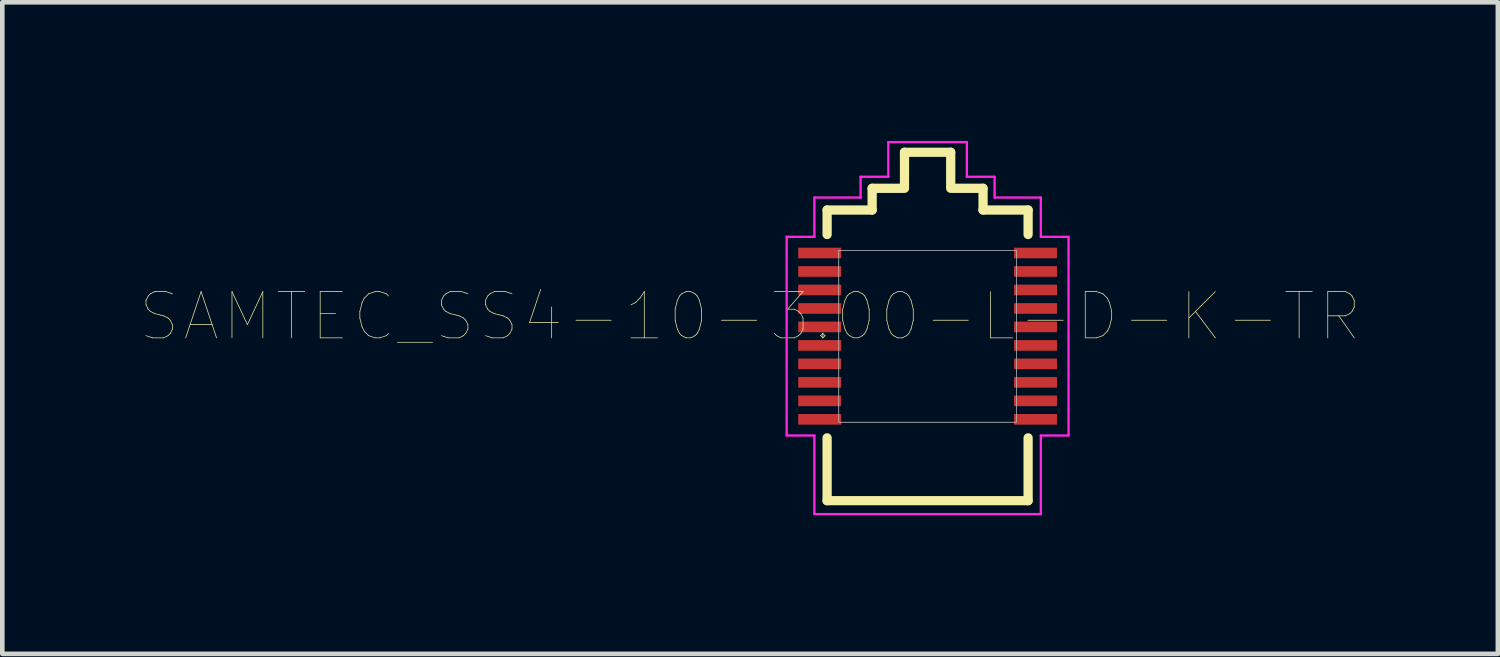
<source format=kicad_pcb>
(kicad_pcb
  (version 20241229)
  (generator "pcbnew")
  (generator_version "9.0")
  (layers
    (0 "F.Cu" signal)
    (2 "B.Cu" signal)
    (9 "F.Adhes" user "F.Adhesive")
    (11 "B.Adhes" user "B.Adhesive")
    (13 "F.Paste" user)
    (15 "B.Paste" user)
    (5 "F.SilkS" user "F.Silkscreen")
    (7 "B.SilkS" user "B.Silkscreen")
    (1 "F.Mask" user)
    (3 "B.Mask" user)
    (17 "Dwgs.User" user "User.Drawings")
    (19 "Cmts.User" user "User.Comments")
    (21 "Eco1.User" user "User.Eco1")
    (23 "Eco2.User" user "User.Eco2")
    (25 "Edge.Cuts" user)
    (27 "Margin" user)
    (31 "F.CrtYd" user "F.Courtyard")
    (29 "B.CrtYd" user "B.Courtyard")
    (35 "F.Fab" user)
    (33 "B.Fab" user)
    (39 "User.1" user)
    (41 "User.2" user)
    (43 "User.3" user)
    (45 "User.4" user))
  (footprint "SAMTEC_SS4-10-3.00-L-D-K-TR"
    (layer "F.Cu")
    (at 17.024 4.225)
    (property "Reference" "SAMTEC_SS4-10-3.00-L-D-K-TR" (at -3.841 -0.426 180) (layer "F.SilkS") (effects (font (size 1.002 1.002) (thickness 0.015))))
    (attr through_hole)
    (fp_line (start -2.175 -2.73) (end -1.2 -2.73) (stroke (width 0.2) (type solid)) (layer "F.SilkS"))
    (fp_line (start -2.175 -2.2) (end -2.175 -2.73) (stroke (width 0.2) (type solid)) (layer "F.SilkS"))
    (fp_line (start -2.175 3.56) (end -2.175 2.2) (stroke (width 0.2) (type solid)) (layer "F.SilkS"))
    (fp_line (start -1.2 -3.2) (end -0.5 -3.2) (stroke (width 0.2) (type solid)) (layer "F.SilkS"))
    (fp_line (start -1.2 -2.73) (end -1.2 -3.2) (stroke (width 0.2) (type solid)) (layer "F.SilkS"))
    (fp_line (start -0.5 -3.98) (end -0.5 -3.23) (stroke (width 0.2) (type solid)) (layer "F.SilkS"))
    (fp_line (start -0.5 -3.98) (end 0.5 -3.98) (stroke (width 0.2) (type solid)) (layer "F.SilkS"))
    (fp_line (start 0.5 -3.98) (end 0.5 -3.23) (stroke (width 0.2) (type solid)) (layer "F.SilkS"))
    (fp_line (start 0.5 -3.2) (end 1.2 -3.2) (stroke (width 0.2) (type solid)) (layer "F.SilkS"))
    (fp_line (start 1.2 -2.73) (end 1.2 -3.2) (stroke (width 0.2) (type solid)) (layer "F.SilkS"))
    (fp_line (start 1.2 -2.73) (end 2.175 -2.73) (stroke (width 0.2) (type solid)) (layer "F.SilkS"))
    (fp_line (start 2.175 -2.73) (end 2.175 -2.2) (stroke (width 0.2) (type solid)) (layer "F.SilkS"))
    (fp_line (start 2.175 2.2) (end 2.175 3.56) (stroke (width 0.2) (type solid)) (layer "F.SilkS"))
    (fp_line (start 2.175 3.56) (end -2.175 3.56) (stroke (width 0.2) (type solid)) (layer "F.SilkS"))
    (fp_poly (pts (xy -1.922 -1.86) (xy 1.92 -1.86) (xy 1.92 1.862) (xy -1.922 1.862)) (stroke (width 0.01) (type solid)) (fill no) (layer "Dwgs.User"))
    (fp_poly (pts (xy -1.92 -1.86) (xy 1.92 -1.86) (xy 1.92 1.86) (xy -1.92 1.86)) (stroke (width 0.01) (type solid)) (fill no) (layer "Dwgs.User"))
    (fp_line (start -3.05 -2.15) (end -2.45 -2.15) (stroke (width 0.05) (type solid)) (layer "F.CrtYd"))
    (fp_line (start -3.05 2.15) (end -3.05 -2.15) (stroke (width 0.05) (type solid)) (layer "F.CrtYd"))
    (fp_line (start -2.45 -3) (end -1.45 -3) (stroke (width 0.05) (type solid)) (layer "F.CrtYd"))
    (fp_line (start -2.45 -2.15) (end -2.45 -3) (stroke (width 0.05) (type solid)) (layer "F.CrtYd"))
    (fp_line (start -2.45 2.15) (end -3.05 2.15) (stroke (width 0.05) (type solid)) (layer "F.CrtYd"))
    (fp_line (start -2.45 3.85) (end -2.45 2.15) (stroke (width 0.05) (type solid)) (layer "F.CrtYd"))
    (fp_line (start -1.45 -3.45) (end -0.85 -3.45) (stroke (width 0.05) (type solid)) (layer "F.CrtYd"))
    (fp_line (start -1.45 -3) (end -1.45 -3.45) (stroke (width 0.05) (type solid)) (layer "F.CrtYd"))
    (fp_line (start -0.85 -4.2) (end 0.85 -4.2) (stroke (width 0.05) (type solid)) (layer "F.CrtYd"))
    (fp_line (start -0.85 -3.45) (end -0.85 -4.2) (stroke (width 0.05) (type solid)) (layer "F.CrtYd"))
    (fp_line (start 0.85 -4.2) (end 0.85 -3.45) (stroke (width 0.05) (type solid)) (layer "F.CrtYd"))
    (fp_line (start 0.85 -3.45) (end 1.45 -3.45) (stroke (width 0.05) (type solid)) (layer "F.CrtYd"))
    (fp_line (start 1.45 -3.45) (end 1.45 -3) (stroke (width 0.05) (type solid)) (layer "F.CrtYd"))
    (fp_line (start 1.45 -3) (end 2.45 -3) (stroke (width 0.05) (type solid)) (layer "F.CrtYd"))
    (fp_line (start 2.45 -3) (end 2.45 -2.15) (stroke (width 0.05) (type solid)) (layer "F.CrtYd"))
    (fp_line (start 2.45 -2.15) (end 3.05 -2.15) (stroke (width 0.05) (type solid)) (layer "F.CrtYd"))
    (fp_line (start 2.45 2.15) (end 2.45 3.85) (stroke (width 0.05) (type solid)) (layer "F.CrtYd"))
    (fp_line (start 2.45 3.85) (end -2.45 3.85) (stroke (width 0.05) (type solid)) (layer "F.CrtYd"))
    (fp_line (start 3.05 -2.15) (end 3.05 2.15) (stroke (width 0.05) (type solid)) (layer "F.CrtYd"))
    (fp_line (start 3.05 2.15) (end 2.45 2.15) (stroke (width 0.05) (type solid)) (layer "F.CrtYd"))
    (pad "1" smd rect (at -2.335 -1.8) (size 0.93 0.23) (layers "F.Cu" "F.Mask" "F.Paste"))
    (pad "2" smd rect (at 2.335 -1.8) (size 0.93 0.23) (layers "F.Cu" "F.Mask" "F.Paste"))
    (pad "3" smd rect (at -2.335 -1.4) (size 0.93 0.23) (layers "F.Cu" "F.Mask" "F.Paste"))
    (pad "4" smd rect (at 2.335 -1.4) (size 0.93 0.23) (layers "F.Cu" "F.Mask" "F.Paste"))
    (pad "5" smd rect (at -2.335 -1) (size 0.93 0.23) (layers "F.Cu" "F.Mask" "F.Paste"))
    (pad "6" smd rect (at 2.335 -1) (size 0.93 0.23) (layers "F.Cu" "F.Mask" "F.Paste"))
    (pad "7" smd rect (at -2.335 -0.6) (size 0.93 0.23) (layers "F.Cu" "F.Mask" "F.Paste"))
    (pad "8" smd rect (at 2.335 -0.6) (size 0.93 0.23) (layers "F.Cu" "F.Mask" "F.Paste"))
    (pad "9" smd rect (at -2.335 -0.2) (size 0.93 0.23) (layers "F.Cu" "F.Mask" "F.Paste"))
    (pad "10" smd rect (at 2.335 -0.2) (size 0.93 0.23) (layers "F.Cu" "F.Mask" "F.Paste"))
    (pad "11" smd rect (at -2.335 0.2) (size 0.93 0.23) (layers "F.Cu" "F.Mask" "F.Paste"))
    (pad "12" smd rect (at 2.335 0.2) (size 0.93 0.23) (layers "F.Cu" "F.Mask" "F.Paste"))
    (pad "13" smd rect (at -2.335 0.6) (size 0.93 0.23) (layers "F.Cu" "F.Mask" "F.Paste"))
    (pad "14" smd rect (at 2.335 0.6) (size 0.93 0.23) (layers "F.Cu" "F.Mask" "F.Paste"))
    (pad "15" smd rect (at -2.335 1) (size 0.93 0.23) (layers "F.Cu" "F.Mask" "F.Paste"))
    (pad "16" smd rect (at 2.335 1) (size 0.93 0.23) (layers "F.Cu" "F.Mask" "F.Paste"))
    (pad "17" smd rect (at -2.335 1.4) (size 0.93 0.23) (layers "F.Cu" "F.Mask" "F.Paste"))
    (pad "18" smd rect (at 2.335 1.4) (size 0.93 0.23) (layers "F.Cu" "F.Mask" "F.Paste"))
    (pad "19" smd rect (at -2.335 1.8) (size 0.93 0.23) (layers "F.Cu" "F.Mask" "F.Paste"))
    (pad "20" smd rect (at 2.335 1.8) (size 0.93 0.23) (layers "F.Cu" "F.Mask" "F.Paste")))
  (gr_rect
    (start -3 -3)
    (end 29.365 11.1)
    (stroke (width 0.1) (type default))
    (fill no)
    (layer "Edge.Cuts")))
</source>
